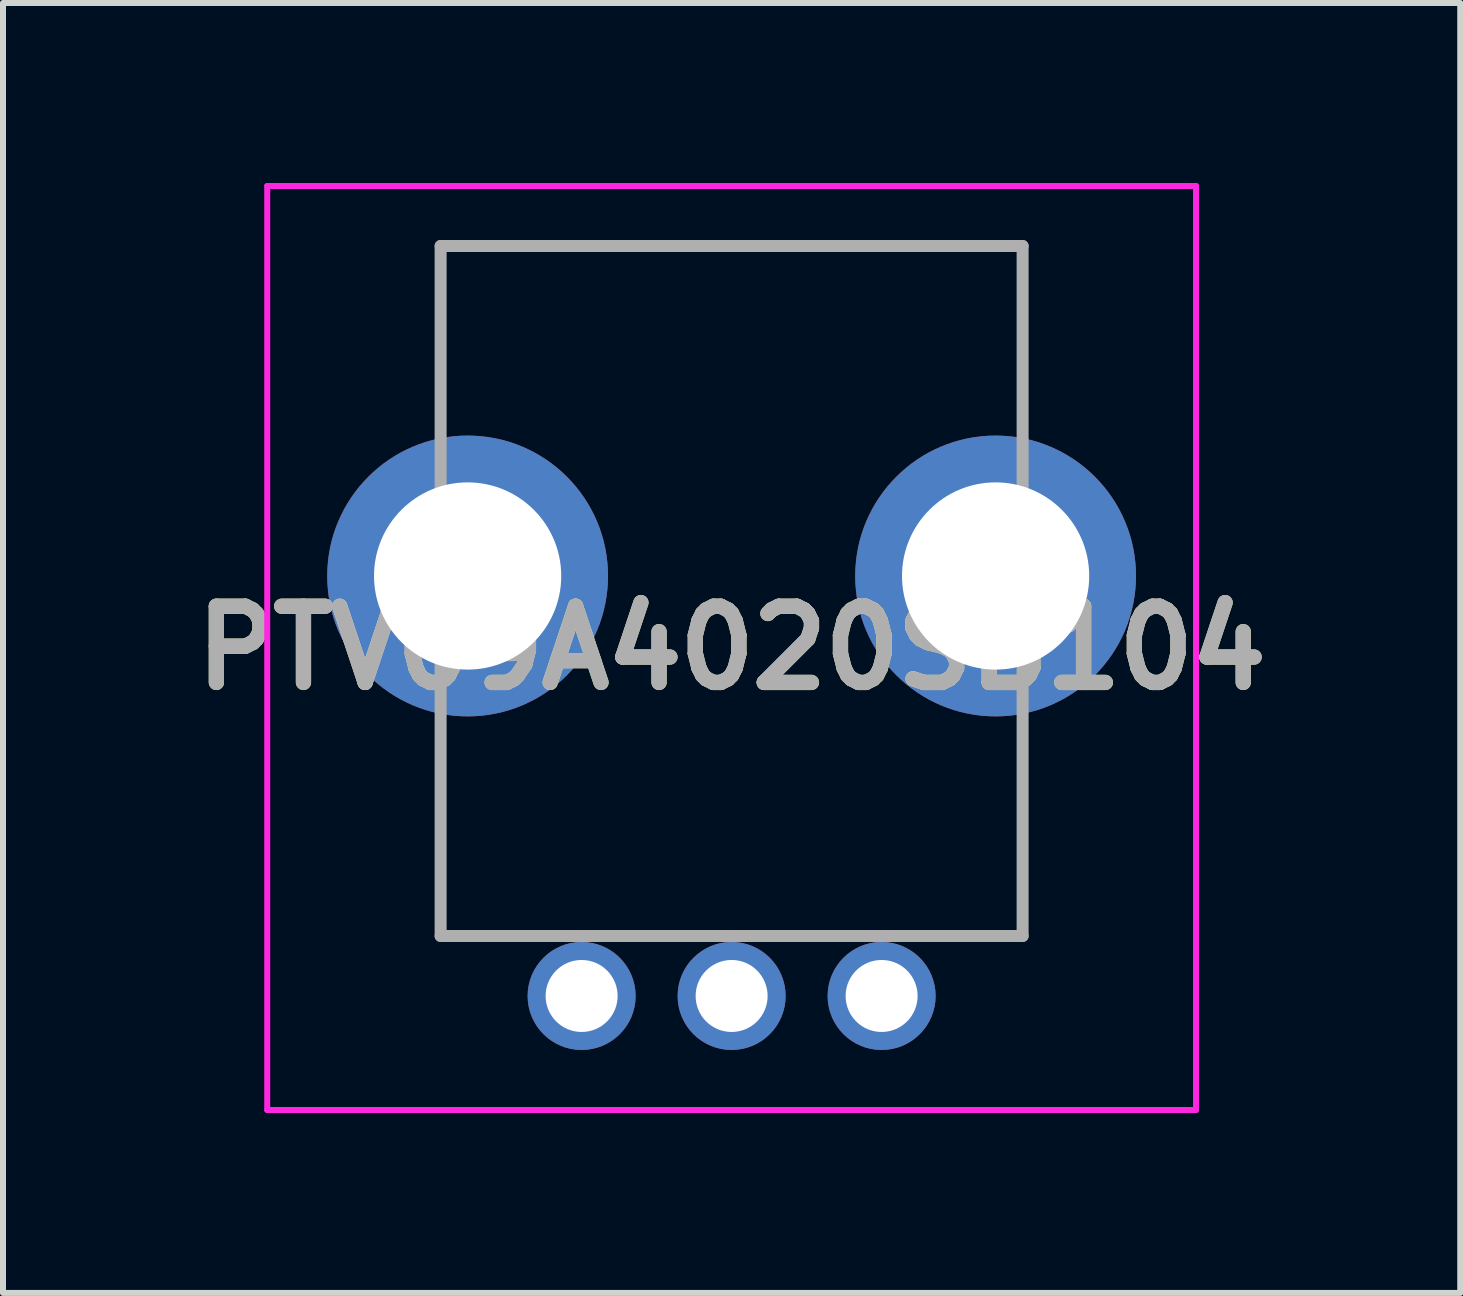
<source format=kicad_pcb>
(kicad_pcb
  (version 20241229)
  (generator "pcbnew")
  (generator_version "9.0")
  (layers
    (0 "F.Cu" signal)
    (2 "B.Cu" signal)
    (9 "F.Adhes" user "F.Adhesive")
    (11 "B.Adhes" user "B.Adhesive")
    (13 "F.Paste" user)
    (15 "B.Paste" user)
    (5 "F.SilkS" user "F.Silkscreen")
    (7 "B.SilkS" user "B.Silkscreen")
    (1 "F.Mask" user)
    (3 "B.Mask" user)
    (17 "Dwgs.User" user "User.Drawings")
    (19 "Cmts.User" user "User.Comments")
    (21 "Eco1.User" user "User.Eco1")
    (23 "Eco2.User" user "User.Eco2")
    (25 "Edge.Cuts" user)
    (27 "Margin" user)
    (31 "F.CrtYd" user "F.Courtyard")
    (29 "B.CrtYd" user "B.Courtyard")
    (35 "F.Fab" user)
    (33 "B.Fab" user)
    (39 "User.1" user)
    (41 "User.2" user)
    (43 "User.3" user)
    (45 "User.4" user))
  (footprint "PTV09A4020SB104"
    (layer "F.Cu")
    (at 6.644 13.55)
    (property "Reference" "PTV09A4020SB104" (at 2.5 -5.8 0) (layer "F.SilkS") (effects (font (size 1.27 1.27) (thickness 0.254))))
    (attr through_hole)
    (fp_line (start -2.35 -12.5) (end 7.35 -12.5) (stroke (width 0.1) (type solid)) (layer "F.SilkS"))
    (fp_line (start -2.35 -10) (end -2.35 -12.5) (stroke (width 0.1) (type solid)) (layer "F.SilkS"))
    (fp_line (start -2.35 -4.5) (end -2.35 -1) (stroke (width 0.1) (type solid)) (layer "F.SilkS"))
    (fp_line (start -2.35 -1) (end -0.9 -1) (stroke (width 0.1) (type solid)) (layer "F.SilkS"))
    (fp_line (start 5.6 -1) (end 7.35 -1) (stroke (width 0.1) (type solid)) (layer "F.SilkS"))
    (fp_line (start 7.35 -12.5) (end 7.35 -10) (stroke (width 0.1) (type solid)) (layer "F.SilkS"))
    (fp_line (start 7.35 -1) (end 7.35 -4.5) (stroke (width 0.1) (type solid)) (layer "F.SilkS"))
    (fp_line (start -5.24 -13.5) (end 10.24 -13.5) (stroke (width 0.1) (type solid)) (layer "F.CrtYd"))
    (fp_line (start -5.24 1.9) (end -5.24 -13.5) (stroke (width 0.1) (type solid)) (layer "F.CrtYd"))
    (fp_line (start 10.24 -13.5) (end 10.24 1.9) (stroke (width 0.1) (type solid)) (layer "F.CrtYd"))
    (fp_line (start 10.24 1.9) (end -5.24 1.9) (stroke (width 0.1) (type solid)) (layer "F.CrtYd"))
    (fp_line (start -2.35 -12.5) (end 7.35 -12.5) (stroke (width 0.2) (type solid)) (layer "F.Fab"))
    (fp_line (start -2.35 -1) (end -2.35 -12.5) (stroke (width 0.2) (type solid)) (layer "F.Fab"))
    (fp_line (start 7.35 -12.5) (end 7.35 -1) (stroke (width 0.2) (type solid)) (layer "F.Fab"))
    (fp_line (start 7.35 -1) (end -2.35 -1) (stroke (width 0.2) (type solid)) (layer "F.Fab"))
    (fp_text user "${REFERENCE}" (at 2.5 -5.8 0) (layer "F.Fab") (effects (font (size 1.27 1.27) (thickness 0.254))))
    (pad "1" thru_hole circle (at 0 0) (size 1.8 1.8) (drill 1.2) (layers "*.Cu" "*.Mask"))
    (pad "2" thru_hole circle (at 5 0) (size 1.8 1.8) (drill 1.2) (layers "*.Cu" "*.Mask"))
    (pad "3" thru_hole circle (at 2.5 0) (size 1.8 1.8) (drill 1.2) (layers "*.Cu" "*.Mask"))
    (pad "MP" thru_hole circle (at -1.9 -7) (size 4.68 4.68) (drill 3.12) (layers "*.Cu" "*.Mask"))
    (pad "MP" thru_hole circle (at 6.9 -7) (size 4.68 4.68) (drill 3.12) (layers "*.Cu" "*.Mask")))
  (gr_rect
    (start -3 -3)
    (end 21.288 18.5)
    (stroke (width 0.1) (type default))
    (fill no)
    (layer "Edge.Cuts")))
</source>
